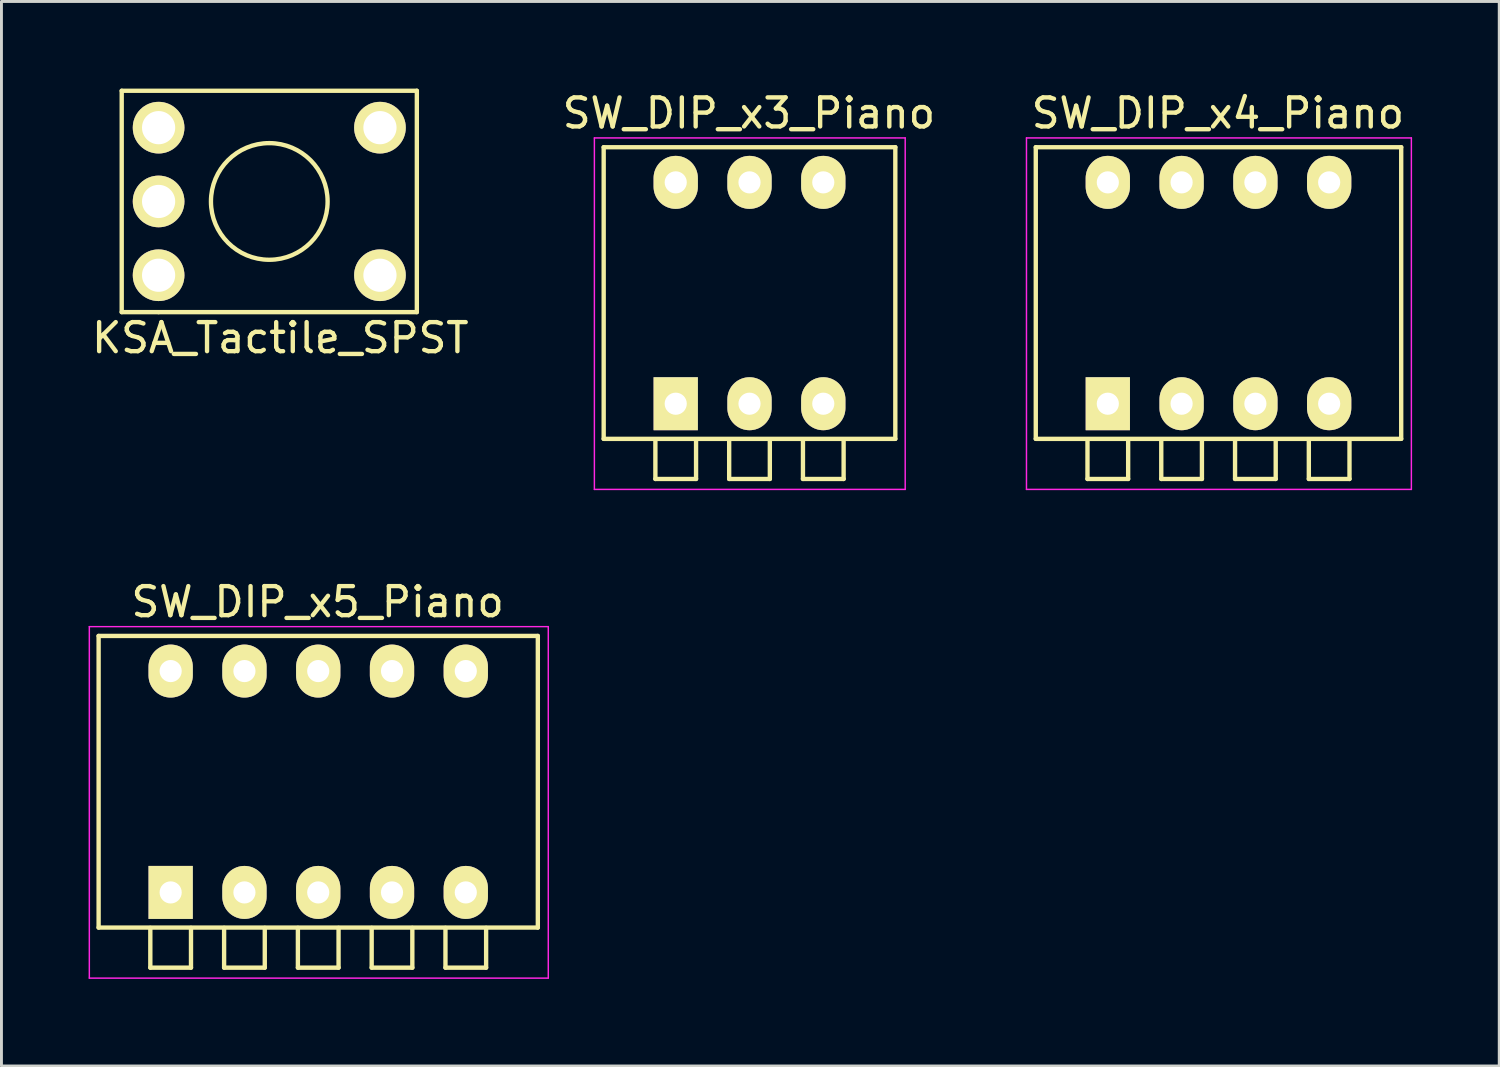
<source format=kicad_pcb>
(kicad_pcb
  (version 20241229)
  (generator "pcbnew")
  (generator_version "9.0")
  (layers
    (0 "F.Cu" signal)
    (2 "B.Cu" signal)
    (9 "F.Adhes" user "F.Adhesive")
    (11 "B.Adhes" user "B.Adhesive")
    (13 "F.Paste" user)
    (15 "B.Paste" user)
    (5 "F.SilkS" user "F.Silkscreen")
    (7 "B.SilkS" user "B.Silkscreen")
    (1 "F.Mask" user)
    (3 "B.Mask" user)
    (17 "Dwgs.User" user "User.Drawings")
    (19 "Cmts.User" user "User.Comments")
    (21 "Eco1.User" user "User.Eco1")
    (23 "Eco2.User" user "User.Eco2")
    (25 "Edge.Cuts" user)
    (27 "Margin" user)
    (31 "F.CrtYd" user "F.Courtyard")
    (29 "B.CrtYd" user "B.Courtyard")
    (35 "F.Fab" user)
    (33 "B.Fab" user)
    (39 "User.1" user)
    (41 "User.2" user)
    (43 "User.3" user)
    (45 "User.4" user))
  (footprint "SW_DIP_x4_Piano"
    (layer "F.Cu")
    (at 35.087 10.848)
    (property "Reference" "SW_DIP_x4_Piano" (at 3.79 -10 0) (layer "F.SilkS") (effects (font (size 1 1) (thickness 0.15))))
    (attr through_hole)
    (fp_line (start -2.48 -8.83) (end 10.1 -8.83) (stroke (width 0.15) (type solid)) (layer "F.SilkS"))
    (fp_line (start -2.48 1.21) (end -2.48 -8.83) (stroke (width 0.15) (type solid)) (layer "F.SilkS"))
    (fp_line (start -0.7 1.22) (end -0.7 2.59) (stroke (width 0.15) (type solid)) (layer "F.SilkS"))
    (fp_line (start -0.7 2.59) (end 0.7 2.59) (stroke (width 0.15) (type solid)) (layer "F.SilkS"))
    (fp_line (start 0.7 2.59) (end 0.7 1.22) (stroke (width 0.15) (type solid)) (layer "F.SilkS"))
    (fp_line (start 1.84 1.22) (end 1.84 2.59) (stroke (width 0.15) (type solid)) (layer "F.SilkS"))
    (fp_line (start 1.84 2.59) (end 3.24 2.59) (stroke (width 0.15) (type solid)) (layer "F.SilkS"))
    (fp_line (start 3.24 2.59) (end 3.24 1.22) (stroke (width 0.15) (type solid)) (layer "F.SilkS"))
    (fp_line (start 4.38 1.22) (end 4.38 2.59) (stroke (width 0.15) (type solid)) (layer "F.SilkS"))
    (fp_line (start 4.38 2.59) (end 5.78 2.59) (stroke (width 0.15) (type solid)) (layer "F.SilkS"))
    (fp_line (start 5.78 2.59) (end 5.78 1.22) (stroke (width 0.15) (type solid)) (layer "F.SilkS"))
    (fp_line (start 6.92 1.22) (end 6.92 2.59) (stroke (width 0.15) (type solid)) (layer "F.SilkS"))
    (fp_line (start 6.92 2.59) (end 8.32 2.59) (stroke (width 0.15) (type solid)) (layer "F.SilkS"))
    (fp_line (start 8.32 2.59) (end 8.32 1.22) (stroke (width 0.15) (type solid)) (layer "F.SilkS"))
    (fp_line (start 10.1 -8.83) (end 10.1 1.21) (stroke (width 0.15) (type solid)) (layer "F.SilkS"))
    (fp_line (start 10.1 1.21) (end -2.48 1.21) (stroke (width 0.15) (type solid)) (layer "F.SilkS"))
    (fp_line (start -2.8 -9.15) (end -2.8 2.95) (stroke (width 0.05) (type solid)) (layer "F.CrtYd"))
    (fp_line (start -2.8 2.95) (end 10.45 2.95) (stroke (width 0.05) (type solid)) (layer "F.CrtYd"))
    (fp_line (start 10.45 -9.15) (end -2.8 -9.15) (stroke (width 0.05) (type solid)) (layer "F.CrtYd"))
    (fp_line (start 10.45 2.95) (end 10.45 -9.15) (stroke (width 0.05) (type solid)) (layer "F.CrtYd"))
    (pad "1" thru_hole rect (at 0 0) (size 1.524 1.824) (drill 0.762) (layers "*.Cu" "*.Mask" "F.SilkS"))
    (pad "2" thru_hole oval (at 2.54 0) (size 1.524 1.824) (drill 0.762) (layers "*.Cu" "*.Mask" "F.SilkS"))
    (pad "3" thru_hole oval (at 5.08 0) (size 1.524 1.824) (drill 0.762) (layers "*.Cu" "*.Mask" "F.SilkS"))
    (pad "4" thru_hole oval (at 7.62 0) (size 1.524 1.824) (drill 0.762) (layers "*.Cu" "*.Mask" "F.SilkS"))
    (pad "5" thru_hole oval (at 7.62 -7.62) (size 1.524 1.824) (drill 0.762) (layers "*.Cu" "*.Mask" "F.SilkS"))
    (pad "6" thru_hole oval (at 5.08 -7.62) (size 1.524 1.824) (drill 0.762) (layers "*.Cu" "*.Mask" "F.SilkS"))
    (pad "7" thru_hole oval (at 2.54 -7.62) (size 1.524 1.824) (drill 0.762) (layers "*.Cu" "*.Mask" "F.SilkS"))
    (pad "8" thru_hole oval (at 0 -7.62) (size 1.524 1.824) (drill 0.762) (layers "*.Cu" "*.Mask" "F.SilkS")))
  (footprint "KSA_Tactile_SPST"
    (layer "F.Cu")
    (at 6.22 3.885)
    (property "Reference" "KSA_Tactile_SPST" (at 0.381 4.699 0) (layer "F.SilkS") (effects (font (size 1 1) (thickness 0.15))))
    (attr through_hole)
    (fp_line (start -5.08 -3.81) (end -5.08 3.81) (stroke (width 0.15) (type solid)) (layer "F.SilkS"))
    (fp_line (start -5.08 3.81) (end -3.81 3.81) (stroke (width 0.15) (type solid)) (layer "F.SilkS"))
    (fp_line (start -3.81 3.81) (end 5.08 3.81) (stroke (width 0.15) (type solid)) (layer "F.SilkS"))
    (fp_line (start 5.08 -3.81) (end -5.08 -3.81) (stroke (width 0.15) (type solid)) (layer "F.SilkS"))
    (fp_line (start 5.08 3.81) (end 5.08 -3.81) (stroke (width 0.15) (type solid)) (layer "F.SilkS"))
    (fp_circle (center 0 0) (end 1.905 0.635) (stroke (width 0.15) (type solid)) (fill no) (layer "F.SilkS"))
    (pad "1" thru_hole circle (at 3.81 -2.54) (size 1.778 1.778) (drill 1.143) (layers "*.Cu" "*.Mask" "F.SilkS"))
    (pad "2" thru_hole circle (at 3.81 2.54) (size 1.778 1.778) (drill 1.143) (layers "*.Cu" "*.Mask" "F.SilkS"))
    (pad "3" thru_hole circle (at -3.81 2.54) (size 1.778 1.778) (drill 1.143) (layers "*.Cu" "*.Mask" "F.SilkS"))
    (pad "4" thru_hole circle (at -3.81 0) (size 1.778 1.778) (drill 1.143) (layers "*.Cu" "*.Mask" "F.SilkS"))
    (pad "5" thru_hole circle (at -3.81 -2.54) (size 1.778 1.778) (drill 1.143) (layers "*.Cu" "*.Mask" "F.SilkS")))
  (footprint "SW_DIP_x5_Piano"
    (layer "F.Cu")
    (at 2.825 27.672)
    (property "Reference" "SW_DIP_x5_Piano" (at 5.06 -10 0) (layer "F.SilkS") (effects (font (size 1 1) (thickness 0.15))))
    (attr through_hole)
    (fp_line (start -2.48 -8.83) (end 12.64 -8.83) (stroke (width 0.15) (type solid)) (layer "F.SilkS"))
    (fp_line (start -2.48 1.21) (end -2.48 -8.83) (stroke (width 0.15) (type solid)) (layer "F.SilkS"))
    (fp_line (start -0.7 1.22) (end -0.7 2.59) (stroke (width 0.15) (type solid)) (layer "F.SilkS"))
    (fp_line (start -0.7 2.59) (end 0.7 2.59) (stroke (width 0.15) (type solid)) (layer "F.SilkS"))
    (fp_line (start 0.7 2.59) (end 0.7 1.22) (stroke (width 0.15) (type solid)) (layer "F.SilkS"))
    (fp_line (start 1.84 1.22) (end 1.84 2.59) (stroke (width 0.15) (type solid)) (layer "F.SilkS"))
    (fp_line (start 1.84 2.59) (end 3.24 2.59) (stroke (width 0.15) (type solid)) (layer "F.SilkS"))
    (fp_line (start 3.24 2.59) (end 3.24 1.22) (stroke (width 0.15) (type solid)) (layer "F.SilkS"))
    (fp_line (start 4.38 1.22) (end 4.38 2.59) (stroke (width 0.15) (type solid)) (layer "F.SilkS"))
    (fp_line (start 4.38 2.59) (end 5.78 2.59) (stroke (width 0.15) (type solid)) (layer "F.SilkS"))
    (fp_line (start 5.78 2.59) (end 5.78 1.22) (stroke (width 0.15) (type solid)) (layer "F.SilkS"))
    (fp_line (start 6.92 1.22) (end 6.92 2.59) (stroke (width 0.15) (type solid)) (layer "F.SilkS"))
    (fp_line (start 6.92 2.59) (end 8.32 2.59) (stroke (width 0.15) (type solid)) (layer "F.SilkS"))
    (fp_line (start 8.32 2.59) (end 8.32 1.22) (stroke (width 0.15) (type solid)) (layer "F.SilkS"))
    (fp_line (start 9.46 1.22) (end 9.46 2.59) (stroke (width 0.15) (type solid)) (layer "F.SilkS"))
    (fp_line (start 9.46 2.59) (end 10.86 2.59) (stroke (width 0.15) (type solid)) (layer "F.SilkS"))
    (fp_line (start 10.86 2.59) (end 10.86 1.22) (stroke (width 0.15) (type solid)) (layer "F.SilkS"))
    (fp_line (start 12.64 -8.83) (end 12.64 1.21) (stroke (width 0.15) (type solid)) (layer "F.SilkS"))
    (fp_line (start 12.64 1.21) (end -2.48 1.21) (stroke (width 0.15) (type solid)) (layer "F.SilkS"))
    (fp_line (start -2.8 -9.15) (end -2.8 2.95) (stroke (width 0.05) (type solid)) (layer "F.CrtYd"))
    (fp_line (start -2.8 2.95) (end 13 2.95) (stroke (width 0.05) (type solid)) (layer "F.CrtYd"))
    (fp_line (start 13 -9.15) (end -2.8 -9.15) (stroke (width 0.05) (type solid)) (layer "F.CrtYd"))
    (fp_line (start 13 2.95) (end 13 -9.15) (stroke (width 0.05) (type solid)) (layer "F.CrtYd"))
    (pad "1" thru_hole rect (at 0 0) (size 1.524 1.824) (drill 0.762) (layers "*.Cu" "*.Mask" "F.SilkS"))
    (pad "2" thru_hole oval (at 2.54 0) (size 1.524 1.824) (drill 0.762) (layers "*.Cu" "*.Mask" "F.SilkS"))
    (pad "3" thru_hole oval (at 5.08 0) (size 1.524 1.824) (drill 0.762) (layers "*.Cu" "*.Mask" "F.SilkS"))
    (pad "4" thru_hole oval (at 7.62 0) (size 1.524 1.824) (drill 0.762) (layers "*.Cu" "*.Mask" "F.SilkS"))
    (pad "5" thru_hole oval (at 10.16 0) (size 1.524 1.824) (drill 0.762) (layers "*.Cu" "*.Mask" "F.SilkS"))
    (pad "6" thru_hole oval (at 10.16 -7.62) (size 1.524 1.824) (drill 0.762) (layers "*.Cu" "*.Mask" "F.SilkS"))
    (pad "7" thru_hole oval (at 7.62 -7.62) (size 1.524 1.824) (drill 0.762) (layers "*.Cu" "*.Mask" "F.SilkS"))
    (pad "8" thru_hole oval (at 5.08 -7.62) (size 1.524 1.824) (drill 0.762) (layers "*.Cu" "*.Mask" "F.SilkS"))
    (pad "9" thru_hole oval (at 2.54 -7.62) (size 1.524 1.824) (drill 0.762) (layers "*.Cu" "*.Mask" "F.SilkS"))
    (pad "10" thru_hole oval (at 0 -7.62) (size 1.524 1.824) (drill 0.762) (layers "*.Cu" "*.Mask" "F.SilkS")))
  (footprint "SW_DIP_x3_Piano"
    (layer "F.Cu")
    (at 20.212 10.848)
    (property "Reference" "SW_DIP_x3_Piano" (at 2.52 -10 0) (layer "F.SilkS") (effects (font (size 1 1) (thickness 0.15))))
    (attr through_hole)
    (fp_line (start -2.48 -8.83) (end 7.56 -8.83) (stroke (width 0.15) (type solid)) (layer "F.SilkS"))
    (fp_line (start -2.48 1.21) (end -2.48 -8.83) (stroke (width 0.15) (type solid)) (layer "F.SilkS"))
    (fp_line (start -0.7 1.22) (end -0.7 2.59) (stroke (width 0.15) (type solid)) (layer "F.SilkS"))
    (fp_line (start -0.7 2.59) (end 0.7 2.59) (stroke (width 0.15) (type solid)) (layer "F.SilkS"))
    (fp_line (start 0.7 2.59) (end 0.7 1.22) (stroke (width 0.15) (type solid)) (layer "F.SilkS"))
    (fp_line (start 1.84 1.22) (end 1.84 2.59) (stroke (width 0.15) (type solid)) (layer "F.SilkS"))
    (fp_line (start 1.84 2.59) (end 3.24 2.59) (stroke (width 0.15) (type solid)) (layer "F.SilkS"))
    (fp_line (start 3.24 2.59) (end 3.24 1.22) (stroke (width 0.15) (type solid)) (layer "F.SilkS"))
    (fp_line (start 4.38 1.22) (end 4.38 2.59) (stroke (width 0.15) (type solid)) (layer "F.SilkS"))
    (fp_line (start 4.38 2.59) (end 5.78 2.59) (stroke (width 0.15) (type solid)) (layer "F.SilkS"))
    (fp_line (start 5.78 2.59) (end 5.78 1.22) (stroke (width 0.15) (type solid)) (layer "F.SilkS"))
    (fp_line (start 7.56 -8.83) (end 7.56 1.21) (stroke (width 0.15) (type solid)) (layer "F.SilkS"))
    (fp_line (start 7.56 1.21) (end -2.48 1.21) (stroke (width 0.15) (type solid)) (layer "F.SilkS"))
    (fp_line (start -2.8 -9.15) (end -2.8 2.95) (stroke (width 0.05) (type solid)) (layer "F.CrtYd"))
    (fp_line (start -2.8 2.95) (end 7.9 2.95) (stroke (width 0.05) (type solid)) (layer "F.CrtYd"))
    (fp_line (start 7.9 -9.15) (end -2.8 -9.15) (stroke (width 0.05) (type solid)) (layer "F.CrtYd"))
    (fp_line (start 7.9 2.95) (end 7.9 -9.15) (stroke (width 0.05) (type solid)) (layer "F.CrtYd"))
    (pad "1" thru_hole rect (at 0 0) (size 1.524 1.824) (drill 0.762) (layers "*.Cu" "*.Mask" "F.SilkS"))
    (pad "2" thru_hole oval (at 2.54 0) (size 1.524 1.824) (drill 0.762) (layers "*.Cu" "*.Mask" "F.SilkS"))
    (pad "3" thru_hole oval (at 5.08 0) (size 1.524 1.824) (drill 0.762) (layers "*.Cu" "*.Mask" "F.SilkS"))
    (pad "4" thru_hole oval (at 5.08 -7.62) (size 1.524 1.824) (drill 0.762) (layers "*.Cu" "*.Mask" "F.SilkS"))
    (pad "5" thru_hole oval (at 2.54 -7.62) (size 1.524 1.824) (drill 0.762) (layers "*.Cu" "*.Mask" "F.SilkS"))
    (pad "6" thru_hole oval (at 0 -7.62) (size 1.524 1.824) (drill 0.762) (layers "*.Cu" "*.Mask" "F.SilkS")))
  (gr_rect
    (start -3 -3)
    (end 48.562 33.647)
    (stroke (width 0.1) (type default))
    (fill no)
    (layer "Edge.Cuts")))
</source>
